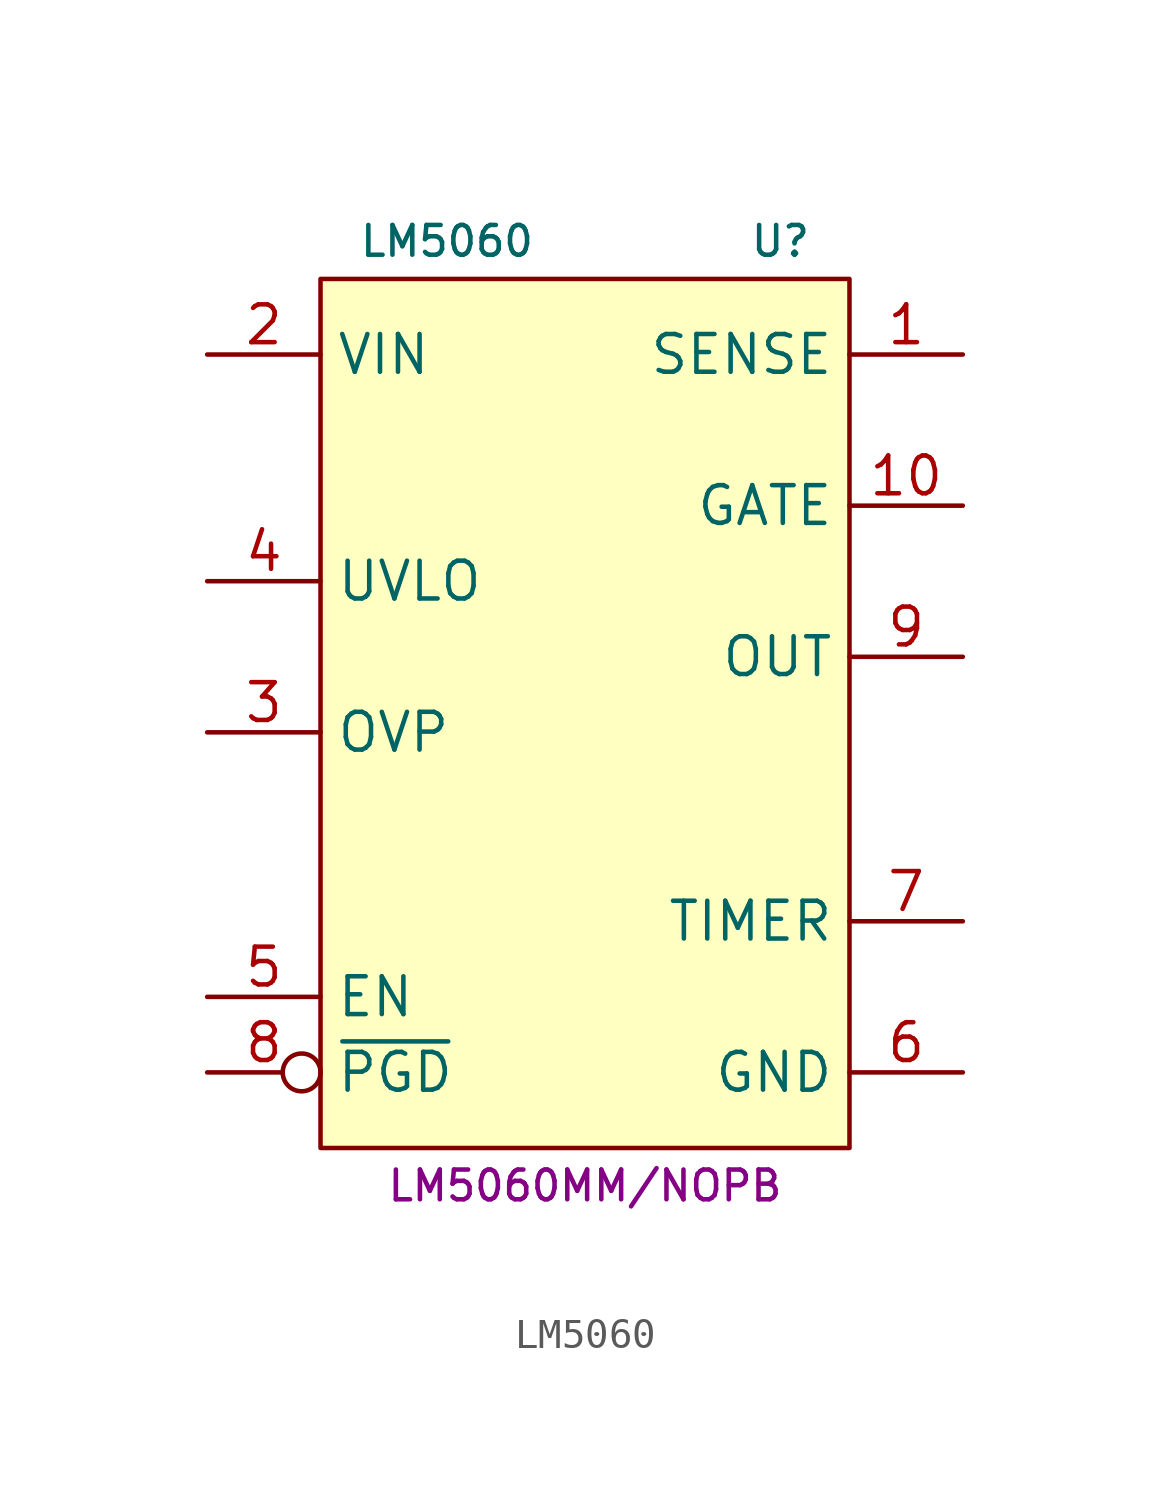
<source format=kicad_sym>
(kicad_symbol_lib
  (version 20231120)
  (generator "kicad_symbol_editor")
  (generator_version "8.0")
  (symbol "LM5060"
    (property "Reference" "U"
      (at 7.62 13.97 0)
      (do_not_autoplace)
      (effects (font (size 1 1)) (justify right)))
    (property "Value" "LM5060"
      (at -7.62 13.97 0)
      (do_not_autoplace)
      (effects (font (size 1 1)) (justify left)))
    (property "MPN" "LM5060MM/NOPB"
      (at 0 -17.78 0)
      (do_not_autoplace)
      (effects (font (size 1 1))))
    (symbol "LM5060_0_1"
      (rectangle (start -8.89 12.7) (end 8.89 -16.51) (stroke (width 0) (type default)) (fill (type background))))
    (symbol "LM5060_1_1"
      (pin passive line (at 12.7 10.16 180) (length 3.81) (name "SENSE" (effects (font (size 1.27 1.27)))) (number "1" (effects (font (size 1.27 1.27)))))
      (pin output line (at 12.7 5.08 180) (length 3.81) (name "GATE" (effects (font (size 1.27 1.27)))) (number "10" (effects (font (size 1.27 1.27)))))
      (pin power_in line (at -12.7 10.16 0) (length 3.81) (name "VIN" (effects (font (size 1.27 1.27)))) (number "2" (effects (font (size 1.27 1.27)))))
      (pin passive line (at -12.7 -2.54 0) (length 3.81) (name "OVP" (effects (font (size 1.27 1.27)))) (number "3" (effects (font (size 1.27 1.27)))))
      (pin passive line (at -12.7 2.54 0) (length 3.81) (name "UVLO" (effects (font (size 1.27 1.27)))) (number "4" (effects (font (size 1.27 1.27)))))
      (pin input line (at -12.7 -11.43 0) (length 3.81) (name "EN" (effects (font (size 1.27 1.27)))) (number "5" (effects (font (size 1.27 1.27)))))
      (pin power_in line (at 12.7 -13.97 180) (length 3.81) (name "GND" (effects (font (size 1.27 1.27)))) (number "6" (effects (font (size 1.27 1.27)))))
      (pin passive line (at 12.7 -8.89 180) (length 3.81) (name "TIMER" (effects (font (size 1.27 1.27)))) (number "7" (effects (font (size 1.27 1.27)))))
      (pin passive inverted (at -12.7 -13.97 0) (length 3.81) (name "~{PGD}" (effects (font (size 1.27 1.27)))) (number "8" (effects (font (size 1.27 1.27)))))
      (pin passive line (at 12.7 0 180) (length 3.81) (name "OUT" (effects (font (size 1.27 1.27)))) (number "9" (effects (font (size 1.27 1.27))))))))
</source>
